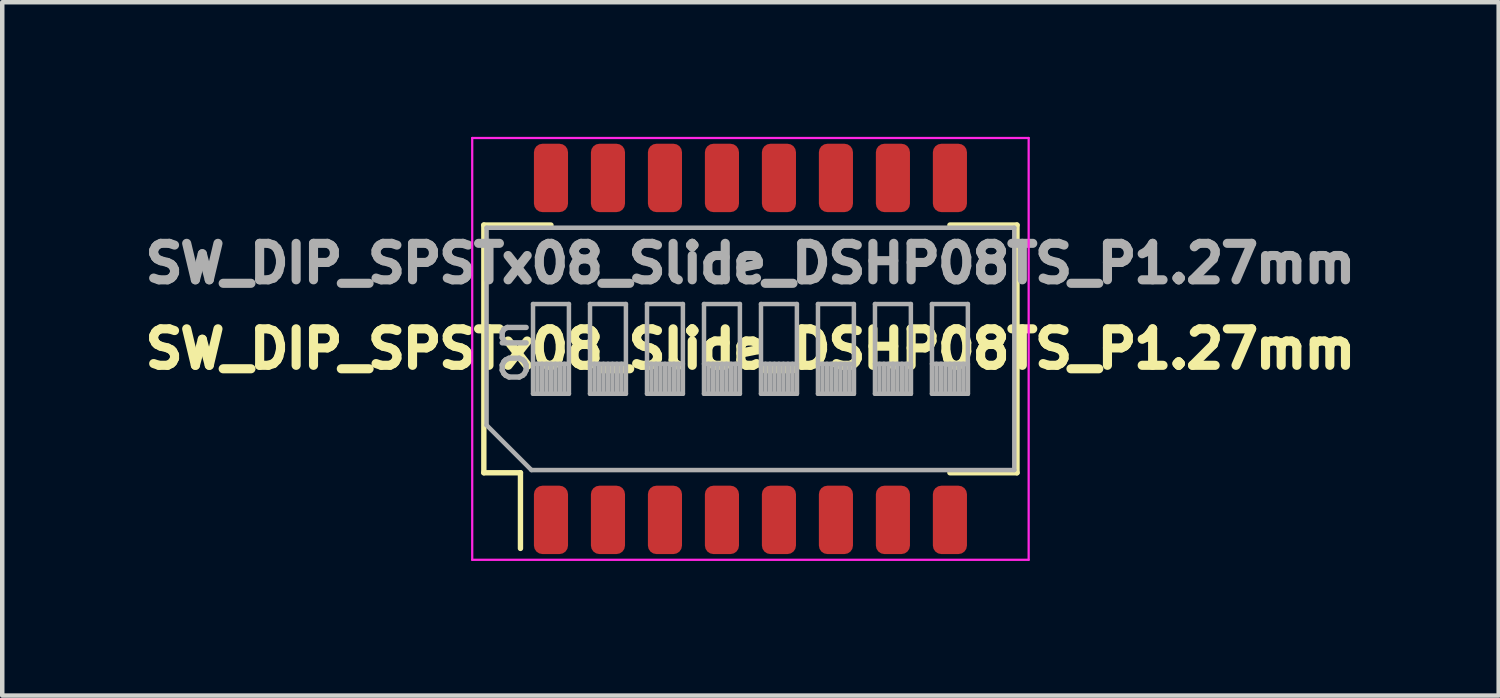
<source format=kicad_pcb>
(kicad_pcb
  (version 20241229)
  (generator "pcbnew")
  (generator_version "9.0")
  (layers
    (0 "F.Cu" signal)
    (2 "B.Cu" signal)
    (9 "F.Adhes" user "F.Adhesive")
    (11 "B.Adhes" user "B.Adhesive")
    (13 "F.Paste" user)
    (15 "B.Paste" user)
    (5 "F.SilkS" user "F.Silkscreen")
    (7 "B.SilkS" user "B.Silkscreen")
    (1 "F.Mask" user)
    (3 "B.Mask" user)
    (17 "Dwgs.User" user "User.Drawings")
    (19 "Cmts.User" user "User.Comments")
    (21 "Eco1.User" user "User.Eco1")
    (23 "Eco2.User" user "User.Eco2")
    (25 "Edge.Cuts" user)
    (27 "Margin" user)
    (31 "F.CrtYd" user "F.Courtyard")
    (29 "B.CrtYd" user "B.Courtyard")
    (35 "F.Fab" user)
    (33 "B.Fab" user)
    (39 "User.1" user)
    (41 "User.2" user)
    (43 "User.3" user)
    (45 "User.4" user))
  (footprint "SW_DIP_SPSTx08_Slide_DSHP08TS_P1.27mm"
    (layer "F.Cu")
    (at 13.673 4.725)
    (property "Reference" "SW_DIP_SPSTx08_Slide_DSHP08TS_P1.27mm" (at 0 -1.905 180) (layer "F.Fab") (effects (font (size 0.813 0.813) (thickness 0.203))))
    (attr smd)
    (fp_line (start -5.941 -2.76) (end -4.445 -2.76) (stroke (width 0.12) (type solid)) (layer "F.SilkS"))
    (fp_line (start -5.941 2.76) (end -5.941 -2.76) (stroke (width 0.12) (type solid)) (layer "F.SilkS"))
    (fp_line (start -5.941 2.76) (end -5.125 2.76) (stroke (width 0.12) (type solid)) (layer "F.SilkS"))
    (fp_line (start -5.125 4.446) (end -5.125 2.76) (stroke (width 0.12) (type solid)) (layer "F.SilkS"))
    (fp_line (start 4.445 -2.76) (end 5.94 -2.76) (stroke (width 0.12) (type solid)) (layer "F.SilkS"))
    (fp_line (start 4.445 2.76) (end 5.94 2.76) (stroke (width 0.12) (type solid)) (layer "F.SilkS"))
    (fp_line (start 5.94 2.76) (end 5.94 -2.76) (stroke (width 0.12) (type solid)) (layer "F.SilkS"))
    (fp_line (start -6.2 -4.7) (end -6.2 4.7) (stroke (width 0.05) (type solid)) (layer "F.CrtYd"))
    (fp_line (start -6.2 4.7) (end 6.2 4.7) (stroke (width 0.05) (type solid)) (layer "F.CrtYd"))
    (fp_line (start 6.2 -4.7) (end -6.2 -4.7) (stroke (width 0.05) (type solid)) (layer "F.CrtYd"))
    (fp_line (start 6.2 4.7) (end 6.2 -4.7) (stroke (width 0.05) (type solid)) (layer "F.CrtYd"))
    (fp_line (start -5.88 -2.7) (end 5.88 -2.7) (stroke (width 0.1) (type solid)) (layer "F.Fab"))
    (fp_line (start -5.88 1.7) (end -5.88 -2.7) (stroke (width 0.1) (type solid)) (layer "F.Fab"))
    (fp_line (start -4.88 2.7) (end -5.88 1.7) (stroke (width 0.1) (type solid)) (layer "F.Fab"))
    (fp_line (start -4.845 -1) (end -4.845 1) (stroke (width 0.1) (type solid)) (layer "F.Fab"))
    (fp_line (start -4.845 0.333) (end -4.045 0.333) (stroke (width 0.1) (type solid)) (layer "F.Fab"))
    (fp_line (start -4.845 1) (end -4.045 1) (stroke (width 0.1) (type solid)) (layer "F.Fab"))
    (fp_line (start -4.745 1) (end -4.745 0.333) (stroke (width 0.1) (type solid)) (layer "F.Fab"))
    (fp_line (start -4.645 1) (end -4.645 0.333) (stroke (width 0.1) (type solid)) (layer "F.Fab"))
    (fp_line (start -4.545 1) (end -4.545 0.333) (stroke (width 0.1) (type solid)) (layer "F.Fab"))
    (fp_line (start -4.445 1) (end -4.445 0.333) (stroke (width 0.1) (type solid)) (layer "F.Fab"))
    (fp_line (start -4.345 1) (end -4.345 0.333) (stroke (width 0.1) (type solid)) (layer "F.Fab"))
    (fp_line (start -4.245 1) (end -4.245 0.333) (stroke (width 0.1) (type solid)) (layer "F.Fab"))
    (fp_line (start -4.145 1) (end -4.145 0.333) (stroke (width 0.1) (type solid)) (layer "F.Fab"))
    (fp_line (start -4.045 -1) (end -4.845 -1) (stroke (width 0.1) (type solid)) (layer "F.Fab"))
    (fp_line (start -4.045 1) (end -4.045 -1) (stroke (width 0.1) (type solid)) (layer "F.Fab"))
    (fp_line (start -3.575 -1) (end -3.575 1) (stroke (width 0.1) (type solid)) (layer "F.Fab"))
    (fp_line (start -3.575 0.333) (end -2.775 0.333) (stroke (width 0.1) (type solid)) (layer "F.Fab"))
    (fp_line (start -3.575 1) (end -2.775 1) (stroke (width 0.1) (type solid)) (layer "F.Fab"))
    (fp_line (start -3.475 1) (end -3.475 0.333) (stroke (width 0.1) (type solid)) (layer "F.Fab"))
    (fp_line (start -3.375 1) (end -3.375 0.333) (stroke (width 0.1) (type solid)) (layer "F.Fab"))
    (fp_line (start -3.275 1) (end -3.275 0.333) (stroke (width 0.1) (type solid)) (layer "F.Fab"))
    (fp_line (start -3.175 1) (end -3.175 0.333) (stroke (width 0.1) (type solid)) (layer "F.Fab"))
    (fp_line (start -3.075 1) (end -3.075 0.333) (stroke (width 0.1) (type solid)) (layer "F.Fab"))
    (fp_line (start -2.975 1) (end -2.975 0.333) (stroke (width 0.1) (type solid)) (layer "F.Fab"))
    (fp_line (start -2.875 1) (end -2.875 0.333) (stroke (width 0.1) (type solid)) (layer "F.Fab"))
    (fp_line (start -2.775 -1) (end -3.575 -1) (stroke (width 0.1) (type solid)) (layer "F.Fab"))
    (fp_line (start -2.775 1) (end -2.775 -1) (stroke (width 0.1) (type solid)) (layer "F.Fab"))
    (fp_line (start -2.305 -1) (end -2.305 1) (stroke (width 0.1) (type solid)) (layer "F.Fab"))
    (fp_line (start -2.305 0.333) (end -1.505 0.333) (stroke (width 0.1) (type solid)) (layer "F.Fab"))
    (fp_line (start -2.305 1) (end -1.505 1) (stroke (width 0.1) (type solid)) (layer "F.Fab"))
    (fp_line (start -2.205 1) (end -2.205 0.333) (stroke (width 0.1) (type solid)) (layer "F.Fab"))
    (fp_line (start -2.105 1) (end -2.105 0.333) (stroke (width 0.1) (type solid)) (layer "F.Fab"))
    (fp_line (start -2.005 1) (end -2.005 0.333) (stroke (width 0.1) (type solid)) (layer "F.Fab"))
    (fp_line (start -1.905 1) (end -1.905 0.333) (stroke (width 0.1) (type solid)) (layer "F.Fab"))
    (fp_line (start -1.805 1) (end -1.805 0.333) (stroke (width 0.1) (type solid)) (layer "F.Fab"))
    (fp_line (start -1.705 1) (end -1.705 0.333) (stroke (width 0.1) (type solid)) (layer "F.Fab"))
    (fp_line (start -1.605 1) (end -1.605 0.333) (stroke (width 0.1) (type solid)) (layer "F.Fab"))
    (fp_line (start -1.505 -1) (end -2.305 -1) (stroke (width 0.1) (type solid)) (layer "F.Fab"))
    (fp_line (start -1.505 1) (end -1.505 -1) (stroke (width 0.1) (type solid)) (layer "F.Fab"))
    (fp_line (start -1.035 -1) (end -1.035 1) (stroke (width 0.1) (type solid)) (layer "F.Fab"))
    (fp_line (start -1.035 0.333) (end -0.235 0.333) (stroke (width 0.1) (type solid)) (layer "F.Fab"))
    (fp_line (start -1.035 1) (end -0.235 1) (stroke (width 0.1) (type solid)) (layer "F.Fab"))
    (fp_line (start -0.935 1) (end -0.935 0.333) (stroke (width 0.1) (type solid)) (layer "F.Fab"))
    (fp_line (start -0.835 1) (end -0.835 0.333) (stroke (width 0.1) (type solid)) (layer "F.Fab"))
    (fp_line (start -0.735 1) (end -0.735 0.333) (stroke (width 0.1) (type solid)) (layer "F.Fab"))
    (fp_line (start -0.635 1) (end -0.635 0.333) (stroke (width 0.1) (type solid)) (layer "F.Fab"))
    (fp_line (start -0.535 1) (end -0.535 0.333) (stroke (width 0.1) (type solid)) (layer "F.Fab"))
    (fp_line (start -0.435 1) (end -0.435 0.333) (stroke (width 0.1) (type solid)) (layer "F.Fab"))
    (fp_line (start -0.335 1) (end -0.335 0.333) (stroke (width 0.1) (type solid)) (layer "F.Fab"))
    (fp_line (start -0.235 -1) (end -1.035 -1) (stroke (width 0.1) (type solid)) (layer "F.Fab"))
    (fp_line (start -0.235 1) (end -0.235 -1) (stroke (width 0.1) (type solid)) (layer "F.Fab"))
    (fp_line (start 0.235 -1) (end 0.235 1) (stroke (width 0.1) (type solid)) (layer "F.Fab"))
    (fp_line (start 0.235 0.333) (end 1.035 0.333) (stroke (width 0.1) (type solid)) (layer "F.Fab"))
    (fp_line (start 0.235 1) (end 1.035 1) (stroke (width 0.1) (type solid)) (layer "F.Fab"))
    (fp_line (start 0.335 1) (end 0.335 0.333) (stroke (width 0.1) (type solid)) (layer "F.Fab"))
    (fp_line (start 0.435 1) (end 0.435 0.333) (stroke (width 0.1) (type solid)) (layer "F.Fab"))
    (fp_line (start 0.535 1) (end 0.535 0.333) (stroke (width 0.1) (type solid)) (layer "F.Fab"))
    (fp_line (start 0.635 1) (end 0.635 0.333) (stroke (width 0.1) (type solid)) (layer "F.Fab"))
    (fp_line (start 0.735 1) (end 0.735 0.333) (stroke (width 0.1) (type solid)) (layer "F.Fab"))
    (fp_line (start 0.835 1) (end 0.835 0.333) (stroke (width 0.1) (type solid)) (layer "F.Fab"))
    (fp_line (start 0.935 1) (end 0.935 0.333) (stroke (width 0.1) (type solid)) (layer "F.Fab"))
    (fp_line (start 1.035 -1) (end 0.235 -1) (stroke (width 0.1) (type solid)) (layer "F.Fab"))
    (fp_line (start 1.035 1) (end 1.035 -1) (stroke (width 0.1) (type solid)) (layer "F.Fab"))
    (fp_line (start 1.035 1) (end 1.035 0.333) (stroke (width 0.1) (type solid)) (layer "F.Fab"))
    (fp_line (start 1.505 -1) (end 1.505 1) (stroke (width 0.1) (type solid)) (layer "F.Fab"))
    (fp_line (start 1.505 0.333) (end 2.305 0.333) (stroke (width 0.1) (type solid)) (layer "F.Fab"))
    (fp_line (start 1.505 1) (end 2.305 1) (stroke (width 0.1) (type solid)) (layer "F.Fab"))
    (fp_line (start 1.605 1) (end 1.605 0.333) (stroke (width 0.1) (type solid)) (layer "F.Fab"))
    (fp_line (start 1.705 1) (end 1.705 0.333) (stroke (width 0.1) (type solid)) (layer "F.Fab"))
    (fp_line (start 1.805 1) (end 1.805 0.333) (stroke (width 0.1) (type solid)) (layer "F.Fab"))
    (fp_line (start 1.905 1) (end 1.905 0.333) (stroke (width 0.1) (type solid)) (layer "F.Fab"))
    (fp_line (start 2.005 1) (end 2.005 0.333) (stroke (width 0.1) (type solid)) (layer "F.Fab"))
    (fp_line (start 2.105 1) (end 2.105 0.333) (stroke (width 0.1) (type solid)) (layer "F.Fab"))
    (fp_line (start 2.205 1) (end 2.205 0.333) (stroke (width 0.1) (type solid)) (layer "F.Fab"))
    (fp_line (start 2.305 -1) (end 1.505 -1) (stroke (width 0.1) (type solid)) (layer "F.Fab"))
    (fp_line (start 2.305 1) (end 2.305 -1) (stroke (width 0.1) (type solid)) (layer "F.Fab"))
    (fp_line (start 2.305 1) (end 2.305 0.333) (stroke (width 0.1) (type solid)) (layer "F.Fab"))
    (fp_line (start 2.775 -1) (end 2.775 1) (stroke (width 0.1) (type solid)) (layer "F.Fab"))
    (fp_line (start 2.775 0.333) (end 3.575 0.333) (stroke (width 0.1) (type solid)) (layer "F.Fab"))
    (fp_line (start 2.775 1) (end 3.575 1) (stroke (width 0.1) (type solid)) (layer "F.Fab"))
    (fp_line (start 2.875 1) (end 2.875 0.333) (stroke (width 0.1) (type solid)) (layer "F.Fab"))
    (fp_line (start 2.975 1) (end 2.975 0.333) (stroke (width 0.1) (type solid)) (layer "F.Fab"))
    (fp_line (start 3.075 1) (end 3.075 0.333) (stroke (width 0.1) (type solid)) (layer "F.Fab"))
    (fp_line (start 3.175 1) (end 3.175 0.333) (stroke (width 0.1) (type solid)) (layer "F.Fab"))
    (fp_line (start 3.275 1) (end 3.275 0.333) (stroke (width 0.1) (type solid)) (layer "F.Fab"))
    (fp_line (start 3.375 1) (end 3.375 0.333) (stroke (width 0.1) (type solid)) (layer "F.Fab"))
    (fp_line (start 3.475 1) (end 3.475 0.333) (stroke (width 0.1) (type solid)) (layer "F.Fab"))
    (fp_line (start 3.575 -1) (end 2.775 -1) (stroke (width 0.1) (type solid)) (layer "F.Fab"))
    (fp_line (start 3.575 1) (end 3.575 -1) (stroke (width 0.1) (type solid)) (layer "F.Fab"))
    (fp_line (start 3.575 1) (end 3.575 0.333) (stroke (width 0.1) (type solid)) (layer "F.Fab"))
    (fp_line (start 4.045 -1) (end 4.045 1) (stroke (width 0.1) (type solid)) (layer "F.Fab"))
    (fp_line (start 4.045 0.333) (end 4.845 0.333) (stroke (width 0.1) (type solid)) (layer "F.Fab"))
    (fp_line (start 4.045 1) (end 4.845 1) (stroke (width 0.1) (type solid)) (layer "F.Fab"))
    (fp_line (start 4.145 1) (end 4.145 0.333) (stroke (width 0.1) (type solid)) (layer "F.Fab"))
    (fp_line (start 4.245 1) (end 4.245 0.333) (stroke (width 0.1) (type solid)) (layer "F.Fab"))
    (fp_line (start 4.345 1) (end 4.345 0.333) (stroke (width 0.1) (type solid)) (layer "F.Fab"))
    (fp_line (start 4.445 1) (end 4.445 0.333) (stroke (width 0.1) (type solid)) (layer "F.Fab"))
    (fp_line (start 4.545 1) (end 4.545 0.333) (stroke (width 0.1) (type solid)) (layer "F.Fab"))
    (fp_line (start 4.645 1) (end 4.645 0.333) (stroke (width 0.1) (type solid)) (layer "F.Fab"))
    (fp_line (start 4.745 1) (end 4.745 0.333) (stroke (width 0.1) (type solid)) (layer "F.Fab"))
    (fp_line (start 4.845 -1) (end 4.045 -1) (stroke (width 0.1) (type solid)) (layer "F.Fab"))
    (fp_line (start 4.845 1) (end 4.845 -1) (stroke (width 0.1) (type solid)) (layer "F.Fab"))
    (fp_line (start 4.845 1) (end 4.845 0.333) (stroke (width 0.1) (type solid)) (layer "F.Fab"))
    (fp_line (start 5.88 -2.7) (end 5.88 2.7) (stroke (width 0.1) (type solid)) (layer "F.Fab"))
    (fp_line (start 5.88 2.7) (end -4.88 2.7) (stroke (width 0.1) (type solid)) (layer "F.Fab"))
    (fp_text user "${REFERENCE}" (at 0 0 180) (layer "F.SilkS") (effects (font (size 0.813 0.813) (thickness 0.203))))
    (fp_text user "on" (at -5.362 0.055 90) (layer "F.Fab") (effects (font (size 0.8 0.8) (thickness 0.12))))
    (pad "1" smd roundrect (at -4.445 3.81 90) (size 1.524 0.76) (layers "F.Cu" "F.Mask" "F.Paste") (roundrect_rratio 0.25))
    (pad "2" smd roundrect (at -3.175 3.81 90) (size 1.524 0.76) (layers "F.Cu" "F.Mask" "F.Paste") (roundrect_rratio 0.25))
    (pad "3" smd roundrect (at -1.905 3.81 90) (size 1.524 0.76) (layers "F.Cu" "F.Mask" "F.Paste") (roundrect_rratio 0.25))
    (pad "4" smd roundrect (at -0.635 3.81 90) (size 1.524 0.76) (layers "F.Cu" "F.Mask" "F.Paste") (roundrect_rratio 0.25))
    (pad "5" smd roundrect (at 0.635 3.81 90) (size 1.524 0.76) (layers "F.Cu" "F.Mask" "F.Paste") (roundrect_rratio 0.25))
    (pad "6" smd roundrect (at 1.905 3.81 90) (size 1.524 0.76) (layers "F.Cu" "F.Mask" "F.Paste") (roundrect_rratio 0.25))
    (pad "7" smd roundrect (at 3.175 3.81 90) (size 1.524 0.76) (layers "F.Cu" "F.Mask" "F.Paste") (roundrect_rratio 0.25))
    (pad "8" smd roundrect (at 4.445 3.81 90) (size 1.524 0.76) (layers "F.Cu" "F.Mask" "F.Paste") (roundrect_rratio 0.25))
    (pad "9" smd roundrect (at 4.445 -3.81 90) (size 1.524 0.76) (layers "F.Cu" "F.Mask" "F.Paste") (roundrect_rratio 0.25))
    (pad "10" smd roundrect (at 3.175 -3.81 90) (size 1.524 0.76) (layers "F.Cu" "F.Mask" "F.Paste") (roundrect_rratio 0.25))
    (pad "11" smd roundrect (at 1.905 -3.81 90) (size 1.524 0.76) (layers "F.Cu" "F.Mask" "F.Paste") (roundrect_rratio 0.25))
    (pad "12" smd roundrect (at 0.635 -3.81 90) (size 1.524 0.76) (layers "F.Cu" "F.Mask" "F.Paste") (roundrect_rratio 0.25))
    (pad "13" smd roundrect (at -0.635 -3.81 90) (size 1.524 0.76) (layers "F.Cu" "F.Mask" "F.Paste") (roundrect_rratio 0.25))
    (pad "14" smd roundrect (at -1.905 -3.81 90) (size 1.524 0.76) (layers "F.Cu" "F.Mask" "F.Paste") (roundrect_rratio 0.25))
    (pad "15" smd roundrect (at -3.175 -3.81 90) (size 1.524 0.76) (layers "F.Cu" "F.Mask" "F.Paste") (roundrect_rratio 0.25))
    (pad "16" smd roundrect (at -4.445 -3.81 90) (size 1.524 0.76) (layers "F.Cu" "F.Mask" "F.Paste") (roundrect_rratio 0.25)))
  (gr_rect
    (start -3 -3)
    (end 30.347 12.45)
    (stroke (width 0.1) (type default))
    (fill no)
    (layer "Edge.Cuts")))
</source>
